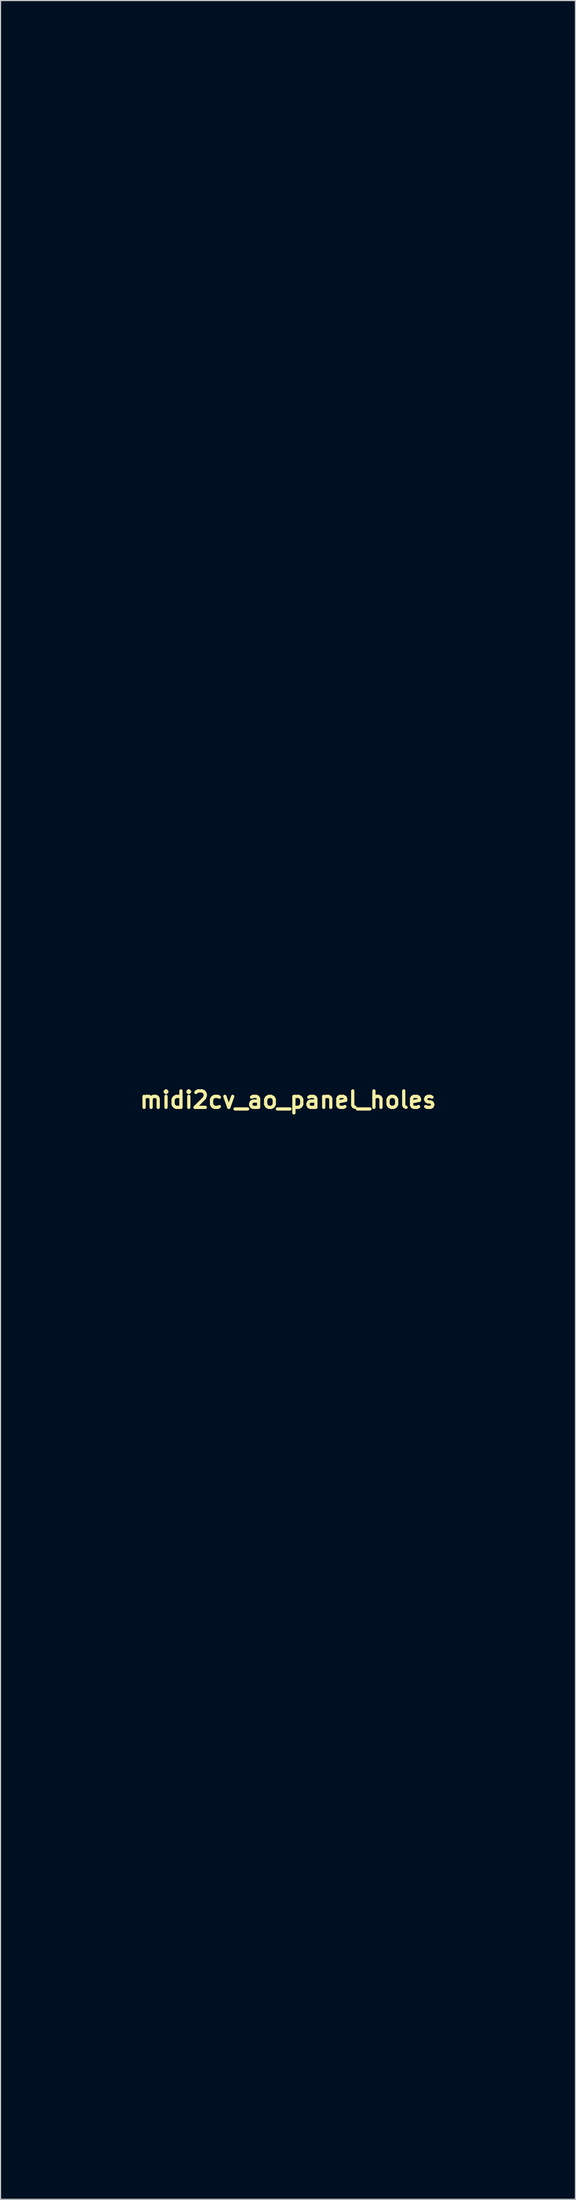
<source format=kicad_pcb>
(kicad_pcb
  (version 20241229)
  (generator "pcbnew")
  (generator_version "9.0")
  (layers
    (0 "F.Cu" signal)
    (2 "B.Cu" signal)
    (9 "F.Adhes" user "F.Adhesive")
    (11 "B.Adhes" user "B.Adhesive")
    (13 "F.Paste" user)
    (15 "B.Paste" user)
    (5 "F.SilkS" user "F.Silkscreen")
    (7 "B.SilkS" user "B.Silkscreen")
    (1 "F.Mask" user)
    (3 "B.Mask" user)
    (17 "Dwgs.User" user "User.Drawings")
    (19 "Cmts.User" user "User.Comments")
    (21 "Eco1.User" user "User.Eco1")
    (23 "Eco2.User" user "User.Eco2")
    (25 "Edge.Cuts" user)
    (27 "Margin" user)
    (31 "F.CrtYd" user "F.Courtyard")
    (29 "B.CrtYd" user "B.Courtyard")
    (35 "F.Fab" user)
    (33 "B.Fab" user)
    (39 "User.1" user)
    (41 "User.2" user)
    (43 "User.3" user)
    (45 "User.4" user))
  (footprint "midi2cv_ao_panel_holes"
    (layer "F.Cu")
    (at 23.596 98.604)
    (property "Reference" "midi2cv_ao_panel_holes" (at 0 0 0) (layer "F.SilkS") (effects (font (size 1.524 1.524) (thickness 0.3))))
    (attr through_hole)
    (fp_poly (pts (xy 11.53 78.424) (xy 11.746 78.469) (xy 11.956 78.548) (xy 12.043 78.591) (xy 12.274 78.739) (xy 12.476 78.926) (xy 12.644 79.145) (xy 12.773 79.391) (xy 12.818 79.513) (xy 12.861 79.693) (xy 12.885 79.897) (xy 12.888 80.103) (xy 12.87 80.292) (xy 12.855 80.366) (xy 12.766 80.625) (xy 12.635 80.865) (xy 12.468 81.08) (xy 12.27 81.263) (xy 12.046 81.41) (xy 11.802 81.516) (xy 11.709 81.543) (xy 11.552 81.574) (xy 11.381 81.592) (xy 11.217 81.596) (xy 11.087 81.586) (xy 10.823 81.526) (xy 10.591 81.433) (xy 10.379 81.3) (xy 10.183 81.129) (xy 9.993 80.908) (xy 9.851 80.672) (xy 9.756 80.419) (xy 9.709 80.149) (xy 9.703 80) (xy 9.713 79.87) (xy 10.3 79.87) (xy 10.3 80.124) (xy 10.738 80.131) (xy 11.176 80.138) (xy 11.176 81.001) (xy 11.43 81.001) (xy 11.43 80.137) (xy 12.294 80.137) (xy 12.294 79.858) (xy 11.43 79.858) (xy 11.43 78.994) (xy 11.176 78.994) (xy 11.176 79.856) (xy 10.3 79.87) (xy 9.713 79.87) (xy 9.726 79.717) (xy 9.793 79.457) (xy 9.906 79.217) (xy 10.067 78.992) (xy 10.172 78.879) (xy 10.387 78.693) (xy 10.612 78.556) (xy 10.852 78.465) (xy 11.113 78.418) (xy 11.289 78.41) (xy 11.53 78.424)) (stroke (width 0.01) (type solid)) (fill no) (layer "Eco1.User"))
    (fp_poly (pts (xy -11.168 78.415) (xy -11.001 78.43) (xy -10.908 78.448) (xy -10.655 78.538) (xy -10.419 78.67) (xy -10.208 78.84) (xy -10.026 79.041) (xy -9.88 79.267) (xy -9.775 79.514) (xy -9.742 79.629) (xy -9.706 79.884) (xy -9.712 80.15) (xy -9.758 80.412) (xy -9.842 80.658) (xy -9.897 80.769) (xy -9.998 80.92) (xy -10.131 81.074) (xy -10.282 81.219) (xy -10.437 81.341) (xy -10.554 81.412) (xy -10.797 81.514) (xy -11.056 81.577) (xy -11.315 81.599) (xy -11.507 81.587) (xy -11.758 81.528) (xy -12.006 81.427) (xy -12.236 81.288) (xy -12.438 81.119) (xy -12.495 81.058) (xy -12.595 80.927) (xy -12.692 80.765) (xy -12.777 80.59) (xy -12.84 80.423) (xy -12.856 80.366) (xy -12.883 80.187) (xy -12.889 79.983) (xy -12.879 79.858) (xy -12.294 79.858) (xy -12.294 80.137) (xy -11.43 80.137) (xy -11.43 81.001) (xy -11.176 81.001) (xy -11.176 80.138) (xy -10.738 80.131) (xy -10.3 80.124) (xy -10.3 79.87) (xy -11.176 79.856) (xy -11.176 78.994) (xy -11.43 78.994) (xy -11.43 79.858) (xy -12.294 79.858) (xy -12.879 79.858) (xy -12.873 79.774) (xy -12.837 79.581) (xy -12.818 79.513) (xy -12.712 79.265) (xy -12.566 79.038) (xy -12.385 78.838) (xy -12.176 78.67) (xy -11.944 78.539) (xy -11.696 78.452) (xy -11.681 78.449) (xy -11.528 78.424) (xy -11.35 78.412) (xy -11.168 78.415)) (stroke (width 0.01) (type solid)) (fill no) (layer "Eco1.User"))
    (fp_poly (pts (xy 22.506 -98.512) (xy 22.741 -98.41) (xy 22.945 -98.28) (xy 23.132 -98.113) (xy 23.158 -98.085) (xy 23.286 -97.937) (xy 23.381 -97.794) (xy 23.457 -97.637) (xy 23.508 -97.501) (xy 23.572 -97.232) (xy 23.59 -96.964) (xy 23.562 -96.701) (xy 23.491 -96.449) (xy 23.381 -96.212) (xy 23.234 -95.996) (xy 23.053 -95.806) (xy 22.841 -95.646) (xy 22.599 -95.523) (xy 22.388 -95.453) (xy 22.346 -95.442) (xy 22.302 -95.434) (xy 22.254 -95.426) (xy 22.196 -95.42) (xy 22.125 -95.415) (xy 22.036 -95.411) (xy 21.925 -95.408) (xy 21.788 -95.406) (xy 21.621 -95.405) (xy 21.42 -95.404) (xy 21.18 -95.404) (xy 20.897 -95.404) (xy 20.589 -95.404) (xy 20.262 -95.404) (xy 19.981 -95.405) (xy 19.743 -95.406) (xy 19.543 -95.407) (xy 19.378 -95.409) (xy 19.242 -95.411) (xy 19.133 -95.414) (xy 19.045 -95.419) (xy 18.975 -95.424) (xy 18.919 -95.43) (xy 18.872 -95.438) (xy 18.831 -95.446) (xy 18.801 -95.454) (xy 18.538 -95.548) (xy 18.297 -95.684) (xy 18.083 -95.858) (xy 17.904 -96.066) (xy 17.786 -96.256) (xy 17.687 -96.48) (xy 17.628 -96.701) (xy 17.604 -96.936) (xy 17.603 -97.004) (xy 17.626 -97.284) (xy 17.697 -97.549) (xy 17.811 -97.794) (xy 17.966 -98.016) (xy 18.16 -98.211) (xy 18.388 -98.375) (xy 18.65 -98.504) (xy 18.699 -98.522) (xy 18.885 -98.59) (xy 22.288 -98.59) (xy 22.506 -98.512)) (stroke (width 0.01) (type solid)) (fill no) (layer "Eco1.User"))
    (fp_poly (pts (xy -19.675 -98.598) (xy -19.427 -98.596) (xy -19.228 -98.592) (xy -19.077 -98.588) (xy -18.976 -98.582) (xy -18.939 -98.578) (xy -18.675 -98.512) (xy -18.43 -98.403) (xy -18.21 -98.255) (xy -18.017 -98.073) (xy -17.856 -97.862) (xy -17.731 -97.627) (xy -17.646 -97.372) (xy -17.606 -97.103) (xy -17.603 -97.004) (xy -17.627 -96.718) (xy -17.697 -96.449) (xy -17.81 -96.203) (xy -17.963 -95.982) (xy -18.153 -95.79) (xy -18.376 -95.631) (xy -18.63 -95.51) (xy -18.815 -95.451) (xy -18.857 -95.441) (xy -18.9 -95.433) (xy -18.949 -95.426) (xy -19.008 -95.42) (xy -19.081 -95.415) (xy -19.173 -95.411) (xy -19.286 -95.408) (xy -19.427 -95.406) (xy -19.598 -95.405) (xy -19.804 -95.404) (xy -20.049 -95.404) (xy -20.338 -95.404) (xy -20.61 -95.404) (xy -20.937 -95.404) (xy -21.218 -95.405) (xy -21.456 -95.406) (xy -21.655 -95.407) (xy -21.821 -95.409) (xy -21.956 -95.411) (xy -22.066 -95.414) (xy -22.153 -95.419) (xy -22.223 -95.424) (xy -22.28 -95.43) (xy -22.326 -95.438) (xy -22.368 -95.446) (xy -22.398 -95.454) (xy -22.658 -95.547) (xy -22.892 -95.68) (xy -23.097 -95.847) (xy -23.271 -96.044) (xy -23.409 -96.266) (xy -23.51 -96.506) (xy -23.571 -96.762) (xy -23.589 -97.026) (xy -23.562 -97.295) (xy -23.508 -97.501) (xy -23.438 -97.682) (xy -23.358 -97.834) (xy -23.255 -97.976) (xy -23.158 -98.085) (xy -22.972 -98.259) (xy -22.772 -98.393) (xy -22.542 -98.499) (xy -22.506 -98.512) (xy -22.288 -98.59) (xy -20.702 -98.598) (xy -20.313 -98.599) (xy -19.971 -98.599) (xy -19.675 -98.598)) (stroke (width 0.01) (type solid)) (fill no) (layer "Eco1.User"))
    (fp_poly (pts (xy 0.4 64.533) (xy 0.726 64.609) (xy 1.037 64.725) (xy 1.257 64.84) (xy 1.555 65.047) (xy 1.817 65.29) (xy 2.041 65.564) (xy 2.225 65.869) (xy 2.367 66.2) (xy 2.413 66.345) (xy 2.445 66.493) (xy 2.469 66.676) (xy 2.483 66.877) (xy 2.487 67.079) (xy 2.48 67.266) (xy 2.465 67.404) (xy 2.385 67.739) (xy 2.258 68.06) (xy 2.084 68.363) (xy 1.867 68.645) (xy 1.805 68.713) (xy 1.54 68.958) (xy 1.252 69.158) (xy 0.944 69.312) (xy 0.616 69.419) (xy 0.27 69.479) (xy -0.013 69.492) (xy -0.19 69.485) (xy -0.366 69.468) (xy -0.508 69.445) (xy -0.849 69.348) (xy -1.168 69.205) (xy -1.464 69.017) (xy -1.719 68.802) (xy -1.965 68.533) (xy -2.164 68.245) (xy -2.317 67.935) (xy -2.424 67.606) (xy -2.464 67.405) (xy -2.481 67.243) (xy -2.487 67.053) (xy -2.483 66.879) (xy -0.991 66.879) (xy -0.991 67.132) (xy -0.127 67.132) (xy -0.127 67.996) (xy 0.127 67.996) (xy 0.127 67.132) (xy 0.991 67.132) (xy 0.991 66.879) (xy 0.14 66.865) (xy 0.126 65.989) (xy -0.126 65.989) (xy -0.133 66.427) (xy -0.14 66.865) (xy -0.991 66.879) (xy -2.483 66.879) (xy -2.482 66.852) (xy -2.467 66.654) (xy -2.443 66.476) (xy -2.414 66.345) (xy -2.29 66.004) (xy -2.126 65.692) (xy -1.923 65.409) (xy -1.686 65.16) (xy -1.418 64.946) (xy -1.121 64.771) (xy -0.799 64.636) (xy -0.455 64.546) (xy -0.259 64.515) (xy 0.068 64.502) (xy 0.4 64.533)) (stroke (width 0.01) (type solid)) (fill no) (layer "Eco1.User"))
    (fp_poly (pts (xy 21.652 95.406) (xy 21.841 95.409) (xy 22 95.413) (xy 22.132 95.419) (xy 22.242 95.428) (xy 22.333 95.439) (xy 22.41 95.454) (xy 22.477 95.471) (xy 22.538 95.492) (xy 22.597 95.517) (xy 22.658 95.547) (xy 22.701 95.568) (xy 22.942 95.716) (xy 23.148 95.898) (xy 23.317 96.108) (xy 23.448 96.341) (xy 23.537 96.591) (xy 23.583 96.855) (xy 23.584 97.126) (xy 23.537 97.399) (xy 23.5 97.52) (xy 23.401 97.753) (xy 23.269 97.958) (xy 23.096 98.148) (xy 23.079 98.164) (xy 22.938 98.286) (xy 22.802 98.38) (xy 22.651 98.456) (xy 22.489 98.519) (xy 22.288 98.59) (xy 20.663 98.594) (xy 20.377 98.594) (xy 20.103 98.594) (xy 19.847 98.593) (xy 19.612 98.592) (xy 19.404 98.59) (xy 19.227 98.588) (xy 19.085 98.585) (xy 18.985 98.582) (xy 18.929 98.578) (xy 18.923 98.577) (xy 18.651 98.504) (xy 18.401 98.387) (xy 18.178 98.229) (xy 17.983 98.035) (xy 17.823 97.809) (xy 17.7 97.553) (xy 17.638 97.359) (xy 17.61 97.184) (xy 17.604 96.984) (xy 17.619 96.776) (xy 17.653 96.582) (xy 17.684 96.477) (xy 17.801 96.219) (xy 17.959 95.989) (xy 18.158 95.79) (xy 18.395 95.623) (xy 18.67 95.488) (xy 18.713 95.472) (xy 18.743 95.46) (xy 18.774 95.451) (xy 18.808 95.443) (xy 18.851 95.436) (xy 18.906 95.43) (xy 18.977 95.426) (xy 19.068 95.422) (xy 19.183 95.419) (xy 19.326 95.416) (xy 19.501 95.414) (xy 19.712 95.412) (xy 19.963 95.411) (xy 20.257 95.409) (xy 20.511 95.408) (xy 20.862 95.406) (xy 21.167 95.405) (xy 21.429 95.405) (xy 21.652 95.406)) (stroke (width 0.01) (type solid)) (fill no) (layer "Eco1.User"))
    (fp_poly (pts (xy 0.169 -2.521) (xy 0.419 -2.496) (xy 0.61 -2.457) (xy 0.952 -2.342) (xy 1.268 -2.184) (xy 1.556 -1.986) (xy 1.811 -1.752) (xy 2.032 -1.483) (xy 2.216 -1.183) (xy 2.359 -0.855) (xy 2.402 -0.722) (xy 2.446 -0.529) (xy 2.475 -0.305) (xy 2.488 -0.068) (xy 2.485 0.164) (xy 2.463 0.372) (xy 2.453 0.43) (xy 2.361 0.766) (xy 2.225 1.087) (xy 2.049 1.385) (xy 1.838 1.655) (xy 1.596 1.89) (xy 1.457 1.997) (xy 1.299 2.098) (xy 1.109 2.197) (xy 0.908 2.288) (xy 0.714 2.36) (xy 0.622 2.388) (xy 0.512 2.41) (xy 0.368 2.429) (xy 0.205 2.444) (xy 0.036 2.454) (xy -0.123 2.458) (xy -0.259 2.455) (xy -0.343 2.447) (xy -0.584 2.394) (xy -0.836 2.313) (xy -1.083 2.21) (xy -1.309 2.091) (xy -1.49 1.972) (xy -1.745 1.749) (xy -1.971 1.492) (xy -2.161 1.209) (xy -2.31 0.909) (xy -2.347 0.811) (xy -2.413 0.606) (xy -2.456 0.412) (xy -2.48 0.213) (xy -2.486 -0.008) (xy -2.483 -0.127) (xy -0.991 -0.127) (xy -0.991 0.127) (xy -0.127 0.127) (xy -0.127 0.965) (xy 0.127 0.965) (xy 0.127 0.127) (xy 0.991 0.127) (xy 0.991 -0.127) (xy 0.127 -0.127) (xy 0.127 -1.041) (xy -0.127 -1.041) (xy -0.127 -0.127) (xy -0.991 -0.127) (xy -2.483 -0.127) (xy -2.483 -0.158) (xy -2.461 -0.427) (xy -2.417 -0.667) (xy -2.344 -0.896) (xy -2.239 -1.133) (xy -2.216 -1.178) (xy -2.031 -1.484) (xy -1.808 -1.756) (xy -1.552 -1.991) (xy -1.264 -2.188) (xy -0.947 -2.345) (xy -0.603 -2.459) (xy -0.568 -2.468) (xy -0.343 -2.508) (xy -0.091 -2.525) (xy 0.169 -2.521)) (stroke (width 0.01) (type solid)) (fill no) (layer "Eco1.User"))
    (fp_poly (pts (xy 0.253 -27.511) (xy 0.473 -27.487) (xy 0.675 -27.442) (xy 0.876 -27.372) (xy 1.079 -27.281) (xy 1.394 -27.101) (xy 1.673 -26.884) (xy 1.916 -26.634) (xy 2.119 -26.352) (xy 2.283 -26.042) (xy 2.403 -25.704) (xy 2.453 -25.5) (xy 2.48 -25.302) (xy 2.489 -25.076) (xy 2.481 -24.839) (xy 2.457 -24.61) (xy 2.418 -24.405) (xy 2.402 -24.348) (xy 2.282 -24.021) (xy 2.126 -23.726) (xy 1.928 -23.454) (xy 1.766 -23.276) (xy 1.502 -23.041) (xy 1.217 -22.852) (xy 0.909 -22.707) (xy 0.575 -22.605) (xy 0.318 -22.556) (xy 0.155 -22.54) (xy -0.022 -22.535) (xy -0.189 -22.54) (xy -0.267 -22.547) (xy -0.625 -22.617) (xy -0.962 -22.732) (xy -1.274 -22.888) (xy -1.56 -23.085) (xy -1.814 -23.319) (xy -2.035 -23.589) (xy -2.219 -23.892) (xy -2.231 -23.915) (xy -2.333 -24.14) (xy -2.406 -24.356) (xy -2.452 -24.58) (xy -2.478 -24.829) (xy -2.483 -24.933) (xy -2.484 -25.119) (xy -0.991 -25.119) (xy -0.991 -24.867) (xy -0.127 -24.867) (xy -0.127 -24.028) (xy 0.127 -24.028) (xy 0.127 -24.867) (xy 0.991 -24.867) (xy 0.991 -25.119) (xy 0.14 -25.133) (xy 0.133 -25.584) (xy 0.126 -26.035) (xy -0.126 -26.035) (xy -0.14 -25.133) (xy -0.991 -25.119) (xy -2.484 -25.119) (xy -2.485 -25.17) (xy -2.471 -25.375) (xy -2.44 -25.568) (xy -2.387 -25.765) (xy -2.334 -25.919) (xy -2.21 -26.196) (xy -2.042 -26.466) (xy -1.839 -26.719) (xy -1.607 -26.944) (xy -1.499 -27.032) (xy -1.33 -27.145) (xy -1.13 -27.254) (xy -0.916 -27.353) (xy -0.709 -27.43) (xy -0.597 -27.462) (xy -0.484 -27.487) (xy -0.375 -27.504) (xy -0.255 -27.514) (xy -0.109 -27.518) (xy 0 -27.519) (xy 0.253 -27.511)) (stroke (width 0.01) (type solid)) (fill no) (layer "Eco1.User"))
    (fp_poly (pts (xy -21.07 95.406) (xy -20.75 95.407) (xy -20.511 95.408) (xy -20.18 95.41) (xy -19.896 95.411) (xy -19.656 95.413) (xy -19.454 95.415) (xy -19.287 95.417) (xy -19.151 95.42) (xy -19.042 95.423) (xy -18.956 95.427) (xy -18.89 95.432) (xy -18.838 95.438) (xy -18.798 95.445) (xy -18.765 95.453) (xy -18.736 95.463) (xy -18.719 95.469) (xy -18.458 95.585) (xy -18.239 95.721) (xy -18.055 95.88) (xy -17.947 96.003) (xy -17.793 96.237) (xy -17.686 96.483) (xy -17.622 96.736) (xy -17.601 96.991) (xy -17.62 97.243) (xy -17.679 97.489) (xy -17.775 97.721) (xy -17.906 97.937) (xy -18.07 98.131) (xy -18.267 98.297) (xy -18.493 98.432) (xy -18.748 98.53) (xy -18.879 98.563) (xy -18.926 98.571) (xy -18.982 98.578) (xy -19.051 98.584) (xy -19.136 98.589) (xy -19.243 98.593) (xy -19.375 98.596) (xy -19.536 98.599) (xy -19.731 98.6) (xy -19.963 98.601) (xy -20.237 98.601) (xy -20.557 98.601) (xy -20.617 98.601) (xy -20.961 98.6) (xy -21.258 98.599) (xy -21.511 98.597) (xy -21.723 98.595) (xy -21.897 98.591) (xy -22.038 98.587) (xy -22.148 98.582) (xy -22.23 98.577) (xy -22.289 98.57) (xy -22.314 98.565) (xy -22.583 98.482) (xy -22.827 98.358) (xy -23.043 98.199) (xy -23.228 98.01) (xy -23.378 97.794) (xy -23.491 97.557) (xy -23.563 97.303) (xy -23.591 97.037) (xy -23.572 96.764) (xy -23.56 96.697) (xy -23.48 96.42) (xy -23.356 96.168) (xy -23.191 95.944) (xy -22.988 95.751) (xy -22.75 95.594) (xy -22.701 95.568) (xy -22.637 95.536) (xy -22.577 95.509) (xy -22.518 95.485) (xy -22.456 95.465) (xy -22.386 95.449) (xy -22.304 95.435) (xy -22.207 95.425) (xy -22.09 95.417) (xy -21.95 95.411) (xy -21.782 95.408) (xy -21.582 95.406) (xy -21.346 95.405) (xy -21.07 95.406)) (stroke (width 0.01) (type solid)) (fill no) (layer "Eco1.User"))
    (fp_poly (pts (xy -12.565 -4.979) (xy -12.101 -4.917) (xy -11.645 -4.812) (xy -11.198 -4.664) (xy -10.765 -4.474) (xy -10.35 -4.241) (xy -9.955 -3.965) (xy -9.583 -3.648) (xy -9.404 -3.47) (xy -9.073 -3.088) (xy -8.784 -2.681) (xy -8.54 -2.254) (xy -8.34 -1.808) (xy -8.185 -1.348) (xy -8.076 -0.877) (xy -8.014 -0.396) (xy -7.999 0.089) (xy -8.033 0.577) (xy -8.115 1.064) (xy -8.247 1.548) (xy -8.256 1.576) (xy -8.436 2.039) (xy -8.658 2.476) (xy -8.918 2.884) (xy -9.215 3.262) (xy -9.544 3.609) (xy -9.904 3.921) (xy -10.292 4.198) (xy -10.704 4.437) (xy -11.137 4.637) (xy -11.59 4.795) (xy -12.058 4.909) (xy -12.54 4.978) (xy -13.031 5) (xy -13.386 4.986) (xy -13.871 4.925) (xy -14.344 4.816) (xy -14.801 4.661) (xy -15.24 4.464) (xy -15.658 4.226) (xy -16.051 3.949) (xy -16.417 3.635) (xy -16.752 3.288) (xy -17.054 2.909) (xy -17.32 2.501) (xy -17.546 2.065) (xy -17.686 1.727) (xy -17.815 1.332) (xy -17.906 0.933) (xy -17.961 0.52) (xy -17.983 0.081) (xy -17.983 0) (xy -17.978 -0.127) (xy -15.494 -0.127) (xy -15.494 0.127) (xy -13.132 0.127) (xy -13.132 2.517) (xy -12.865 2.502) (xy -12.852 0.127) (xy -10.49 0.127) (xy -10.49 -0.127) (xy -12.852 -0.127) (xy -12.865 -2.502) (xy -12.998 -2.51) (xy -13.132 -2.517) (xy -13.132 -0.127) (xy -15.494 -0.127) (xy -17.978 -0.127) (xy -17.965 -0.471) (xy -17.909 -0.916) (xy -17.812 -1.343) (xy -17.673 -1.763) (xy -17.489 -2.184) (xy -17.46 -2.242) (xy -17.225 -2.66) (xy -16.945 -3.058) (xy -16.629 -3.429) (xy -16.281 -3.765) (xy -16.132 -3.89) (xy -15.731 -4.182) (xy -15.311 -4.429) (xy -14.875 -4.631) (xy -14.425 -4.788) (xy -13.966 -4.902) (xy -13.501 -4.971) (xy -13.033 -4.997) (xy -12.565 -4.979)) (stroke (width 0.01) (type solid)) (fill no) (layer "Eco1.User"))
    (fp_poly (pts (xy 0.265 22.486) (xy 0.59 22.543) (xy 0.905 22.642) (xy 1.203 22.781) (xy 1.482 22.96) (xy 1.737 23.175) (xy 1.962 23.426) (xy 2.155 23.712) (xy 2.236 23.863) (xy 2.319 24.04) (xy 2.38 24.196) (xy 2.424 24.346) (xy 2.452 24.501) (xy 2.468 24.677) (xy 2.474 24.886) (xy 2.475 24.956) (xy 2.475 25.124) (xy 2.472 25.254) (xy 2.465 25.356) (xy 2.454 25.442) (xy 2.438 25.525) (xy 2.418 25.602) (xy 2.301 25.939) (xy 2.141 26.251) (xy 1.943 26.534) (xy 1.71 26.786) (xy 1.445 27.003) (xy 1.151 27.183) (xy 0.832 27.321) (xy 0.491 27.416) (xy 0.461 27.422) (xy 0.319 27.441) (xy 0.145 27.451) (xy -0.043 27.454) (xy -0.228 27.448) (xy -0.392 27.434) (xy -0.483 27.42) (xy -0.821 27.326) (xy -1.139 27.189) (xy -1.433 27.01) (xy -1.699 26.794) (xy -1.934 26.543) (xy -2.134 26.261) (xy -2.295 25.951) (xy -2.413 25.618) (xy -2.418 25.602) (xy -2.44 25.512) (xy -2.456 25.429) (xy -2.467 25.339) (xy -2.473 25.232) (xy -2.476 25.094) (xy -2.476 24.956) (xy -2.476 24.867) (xy -0.991 24.867) (xy -0.991 25.119) (xy -0.565 25.126) (xy -0.14 25.133) (xy -0.126 25.959) (xy 0.126 25.959) (xy 0.133 25.546) (xy 0.14 25.133) (xy 0.565 25.126) (xy 0.991 25.119) (xy 0.991 24.867) (xy 0.127 24.867) (xy 0.127 23.978) (xy -0.127 23.978) (xy -0.127 24.867) (xy -0.991 24.867) (xy -2.476 24.867) (xy -2.475 24.787) (xy -2.472 24.657) (xy -2.465 24.556) (xy -2.453 24.471) (xy -2.436 24.391) (xy -2.417 24.32) (xy -2.294 23.979) (xy -2.13 23.664) (xy -1.926 23.379) (xy -1.686 23.126) (xy -1.412 22.908) (xy -1.106 22.73) (xy -1.058 22.707) (xy -0.733 22.581) (xy -0.401 22.503) (xy -0.067 22.472) (xy 0.265 22.486)) (stroke (width 0.01) (type solid)) (fill no) (layer "Eco1.User"))
    (fp_poly (pts (xy 13.368 45.02) (xy 13.719 45.054) (xy 14.056 45.114) (xy 14.397 45.203) (xy 14.58 45.261) (xy 15.038 45.438) (xy 15.465 45.652) (xy 15.866 45.908) (xy 16.245 46.207) (xy 16.524 46.468) (xy 16.869 46.846) (xy 17.168 47.248) (xy 17.421 47.67) (xy 17.628 48.113) (xy 17.788 48.576) (xy 17.901 49.057) (xy 17.967 49.555) (xy 17.985 50.001) (xy 17.972 50.407) (xy 17.931 50.785) (xy 17.86 51.15) (xy 17.756 51.518) (xy 17.716 51.638) (xy 17.529 52.101) (xy 17.3 52.538) (xy 17.032 52.946) (xy 16.726 53.324) (xy 16.387 53.67) (xy 16.016 53.981) (xy 15.616 54.255) (xy 15.191 54.489) (xy 14.742 54.682) (xy 14.273 54.831) (xy 13.786 54.934) (xy 13.671 54.952) (xy 13.487 54.971) (xy 13.271 54.982) (xy 13.038 54.987) (xy 12.803 54.986) (xy 12.58 54.977) (xy 12.384 54.961) (xy 12.294 54.95) (xy 11.799 54.851) (xy 11.323 54.706) (xy 10.869 54.519) (xy 10.44 54.291) (xy 10.037 54.024) (xy 9.663 53.72) (xy 9.321 53.383) (xy 9.012 53.014) (xy 8.739 52.614) (xy 8.506 52.188) (xy 8.313 51.736) (xy 8.163 51.261) (xy 8.119 51.076) (xy 8.035 50.587) (xy 8.001 50.099) (xy 8.008 49.86) (xy 10.49 49.86) (xy 10.49 50.14) (xy 12.852 50.14) (xy 12.852 52.502) (xy 13.132 52.502) (xy 13.132 50.14) (xy 15.494 50.14) (xy 15.494 49.86) (xy 13.132 49.86) (xy 13.132 47.498) (xy 12.852 47.498) (xy 12.852 49.86) (xy 10.49 49.86) (xy 8.008 49.86) (xy 8.015 49.616) (xy 8.075 49.14) (xy 8.18 48.674) (xy 8.329 48.222) (xy 8.519 47.786) (xy 8.749 47.371) (xy 9.018 46.978) (xy 9.325 46.611) (xy 9.668 46.274) (xy 10.045 45.969) (xy 10.454 45.699) (xy 10.735 45.545) (xy 11.189 45.342) (xy 11.647 45.187) (xy 12.114 45.081) (xy 12.596 45.023) (xy 12.987 45.009) (xy 13.368 45.02)) (stroke (width 0.01) (type solid)) (fill no) (layer "Eco1.User"))
    (fp_poly (pts (xy -12.59 -29.979) (xy -12.122 -29.919) (xy -11.66 -29.815) (xy -11.207 -29.666) (xy -10.767 -29.473) (xy -10.342 -29.235) (xy -9.937 -28.951) (xy -9.855 -28.887) (xy -9.736 -28.784) (xy -9.598 -28.655) (xy -9.451 -28.51) (xy -9.307 -28.361) (xy -9.176 -28.218) (xy -9.069 -28.093) (xy -9.039 -28.054) (xy -8.75 -27.636) (xy -8.508 -27.196) (xy -8.312 -26.738) (xy -8.164 -26.264) (xy -8.064 -25.776) (xy -8.013 -25.277) (xy -8.009 -24.816) (xy -8.046 -24.339) (xy -8.124 -23.886) (xy -8.245 -23.449) (xy -8.411 -23.018) (xy -8.538 -22.749) (xy -8.784 -22.315) (xy -9.069 -21.913) (xy -9.388 -21.544) (xy -9.74 -21.211) (xy -10.12 -20.914) (xy -10.527 -20.656) (xy -10.956 -20.439) (xy -11.405 -20.263) (xy -11.872 -20.131) (xy -12.352 -20.044) (xy -12.843 -20.005) (xy -13.343 -20.014) (xy -13.36 -20.015) (xy -13.851 -20.076) (xy -14.333 -20.185) (xy -14.801 -20.341) (xy -15.253 -20.543) (xy -15.683 -20.789) (xy -16.087 -21.076) (xy -16.192 -21.162) (xy -16.567 -21.508) (xy -16.901 -21.883) (xy -17.192 -22.286) (xy -17.441 -22.716) (xy -17.647 -23.174) (xy -17.809 -23.656) (xy -17.897 -24.012) (xy -17.932 -24.22) (xy -17.958 -24.464) (xy -17.975 -24.729) (xy -17.982 -25.002) (xy -17.981 -25.146) (xy -15.494 -25.146) (xy -15.494 -24.867) (xy -13.132 -24.867) (xy -13.132 -22.504) (xy -12.852 -22.504) (xy -12.852 -24.867) (xy -10.49 -24.867) (xy -10.49 -25.146) (xy -12.852 -25.146) (xy -12.852 -27.508) (xy -13.132 -27.508) (xy -13.132 -25.146) (xy -15.494 -25.146) (xy -17.981 -25.146) (xy -17.979 -25.267) (xy -17.966 -25.51) (xy -17.947 -25.679) (xy -17.849 -26.186) (xy -17.706 -26.67) (xy -17.518 -27.13) (xy -17.286 -27.567) (xy -17.009 -27.979) (xy -16.687 -28.366) (xy -16.509 -28.551) (xy -16.14 -28.883) (xy -15.746 -29.171) (xy -15.331 -29.417) (xy -14.899 -29.62) (xy -14.452 -29.779) (xy -13.995 -29.894) (xy -13.53 -29.967) (xy -13.06 -29.995) (xy -12.59 -29.979)) (stroke (width 0.01) (type solid)) (fill no) (layer "Eco1.User"))
    (fp_poly (pts (xy 0.166 47.488) (xy 0.303 47.492) (xy 0.411 47.5) (xy 0.499 47.513) (xy 0.577 47.531) (xy 0.584 47.533) (xy 0.937 47.655) (xy 1.261 47.817) (xy 1.553 48.016) (xy 1.811 48.25) (xy 2.033 48.516) (xy 2.215 48.812) (xy 2.357 49.136) (xy 2.418 49.328) (xy 2.44 49.418) (xy 2.456 49.501) (xy 2.467 49.591) (xy 2.473 49.698) (xy 2.476 49.836) (xy 2.476 49.974) (xy 2.475 50.143) (xy 2.472 50.272) (xy 2.465 50.374) (xy 2.453 50.459) (xy 2.436 50.538) (xy 2.417 50.609) (xy 2.294 50.951) (xy 2.131 51.265) (xy 1.93 51.548) (xy 1.696 51.798) (xy 1.432 52.012) (xy 1.139 52.187) (xy 0.823 52.322) (xy 0.485 52.413) (xy 0.129 52.458) (xy 0.114 52.459) (xy 0.002 52.463) (xy -0.105 52.464) (xy -0.185 52.461) (xy -0.191 52.46) (xy -0.547 52.403) (xy -0.885 52.3) (xy -1.201 52.154) (xy -1.491 51.967) (xy -1.753 51.742) (xy -1.982 51.482) (xy -2.176 51.187) (xy -2.262 51.018) (xy -2.339 50.846) (xy -2.395 50.694) (xy -2.434 50.548) (xy -2.459 50.393) (xy -2.472 50.218) (xy -2.476 50.008) (xy -2.477 49.974) (xy -2.474 49.86) (xy -0.991 49.86) (xy -0.991 50.14) (xy -0.127 50.14) (xy -0.127 50.978) (xy 0.127 50.978) (xy 0.127 50.14) (xy 0.991 50.14) (xy 0.991 49.86) (xy 0.127 49.86) (xy 0.127 48.971) (xy -0.127 48.971) (xy -0.127 49.86) (xy -0.991 49.86) (xy -2.474 49.86) (xy -2.472 49.744) (xy -2.458 49.55) (xy -2.432 49.38) (xy -2.39 49.221) (xy -2.329 49.059) (xy -2.249 48.882) (xy -2.075 48.582) (xy -1.86 48.306) (xy -1.609 48.061) (xy -1.382 47.89) (xy -1.208 47.781) (xy -1.04 47.695) (xy -0.858 47.62) (xy -0.664 47.556) (xy -0.577 47.531) (xy -0.501 47.513) (xy -0.422 47.501) (xy -0.33 47.493) (xy -0.214 47.489) (xy -0.062 47.488) (xy -0.013 47.488) (xy 0.166 47.488)) (stroke (width 0.01) (type solid)) (fill no) (layer "Eco1.User"))
    (fp_poly (pts (xy 13.62 20.041) (xy 14.092 20.125) (xy 14.559 20.255) (xy 15.019 20.433) (xy 15.158 20.498) (xy 15.52 20.688) (xy 15.847 20.895) (xy 16.155 21.13) (xy 16.46 21.403) (xy 16.468 21.412) (xy 16.816 21.781) (xy 17.12 22.178) (xy 17.38 22.6) (xy 17.597 23.047) (xy 17.768 23.516) (xy 17.894 24.006) (xy 17.944 24.291) (xy 17.975 24.591) (xy 17.986 24.921) (xy 17.978 25.265) (xy 17.951 25.607) (xy 17.906 25.931) (xy 17.865 26.135) (xy 17.73 26.61) (xy 17.55 27.064) (xy 17.327 27.495) (xy 17.064 27.901) (xy 16.765 28.279) (xy 16.43 28.627) (xy 16.064 28.941) (xy 15.668 29.219) (xy 15.246 29.459) (xy 14.799 29.658) (xy 14.331 29.814) (xy 14.072 29.879) (xy 13.672 29.949) (xy 13.256 29.988) (xy 12.842 29.995) (xy 12.446 29.969) (xy 12.446 29.969) (xy 11.956 29.889) (xy 11.477 29.76) (xy 11.011 29.584) (xy 10.565 29.363) (xy 10.141 29.099) (xy 9.881 28.905) (xy 9.749 28.793) (xy 9.6 28.655) (xy 9.444 28.503) (xy 9.294 28.347) (xy 9.159 28.199) (xy 9.051 28.07) (xy 9.039 28.054) (xy 8.75 27.636) (xy 8.508 27.196) (xy 8.312 26.738) (xy 8.164 26.264) (xy 8.064 25.776) (xy 8.013 25.277) (xy 8.009 24.867) (xy 10.49 24.867) (xy 10.49 25.146) (xy 12.852 25.146) (xy 12.852 27.508) (xy 13.132 27.508) (xy 13.132 25.146) (xy 15.494 25.146) (xy 15.494 24.867) (xy 13.132 24.867) (xy 13.132 22.504) (xy 12.852 22.504) (xy 12.852 24.867) (xy 10.49 24.867) (xy 8.009 24.867) (xy 8.009 24.816) (xy 8.045 24.35) (xy 8.118 23.91) (xy 8.232 23.486) (xy 8.389 23.068) (xy 8.527 22.771) (xy 8.77 22.337) (xy 9.05 21.937) (xy 9.363 21.571) (xy 9.705 21.241) (xy 10.074 20.947) (xy 10.467 20.691) (xy 10.88 20.473) (xy 11.311 20.296) (xy 11.756 20.159) (xy 12.213 20.064) (xy 12.678 20.012) (xy 13.148 20.004) (xy 13.62 20.041)) (stroke (width 0.01) (type solid)) (fill no) (layer "Eco1.User"))
    (fp_poly (pts (xy 0.276 -73.484) (xy 0.488 -73.466) (xy 0.603 -73.449) (xy 0.999 -73.352) (xy 1.39 -73.207) (xy 1.767 -73.018) (xy 1.981 -72.886) (xy 2.097 -72.8) (xy 2.234 -72.683) (xy 2.381 -72.546) (xy 2.529 -72.399) (xy 2.667 -72.252) (xy 2.785 -72.114) (xy 2.873 -71.997) (xy 2.878 -71.991) (xy 3.101 -71.611) (xy 3.276 -71.221) (xy 3.401 -70.82) (xy 3.445 -70.612) (xy 3.473 -70.402) (xy 3.488 -70.162) (xy 3.489 -69.91) (xy 3.477 -69.663) (xy 3.452 -69.438) (xy 3.432 -69.325) (xy 3.324 -68.915) (xy 3.176 -68.536) (xy 2.986 -68.183) (xy 2.752 -67.852) (xy 2.511 -67.576) (xy 2.201 -67.29) (xy 1.864 -67.045) (xy 1.504 -66.843) (xy 1.123 -66.686) (xy 0.726 -66.575) (xy 0.657 -66.561) (xy 0.516 -66.54) (xy 0.342 -66.524) (xy 0.151 -66.513) (xy -0.042 -66.508) (xy -0.221 -66.509) (xy -0.371 -66.518) (xy -0.412 -66.522) (xy -0.83 -66.6) (xy -1.23 -66.725) (xy -1.61 -66.897) (xy -1.967 -67.114) (xy -2.3 -67.375) (xy -2.428 -67.493) (xy -2.714 -67.803) (xy -2.955 -68.133) (xy -3.153 -68.488) (xy -3.308 -68.87) (xy -3.424 -69.282) (xy -3.433 -69.325) (xy -3.468 -69.543) (xy -3.487 -69.793) (xy -3.491 -70.056) (xy -3.489 -70.129) (xy -2.489 -70.129) (xy -2.489 -69.875) (xy -0.127 -69.875) (xy -0.127 -67.488) (xy 0.127 -67.488) (xy 0.127 -69.875) (xy 2.489 -69.875) (xy 2.489 -70.129) (xy 0.127 -70.129) (xy 0.127 -72.492) (xy -0.127 -72.492) (xy -0.127 -70.129) (xy -2.489 -70.129) (xy -3.489 -70.129) (xy -3.481 -70.316) (xy -3.455 -70.555) (xy -3.433 -70.68) (xy -3.319 -71.098) (xy -3.161 -71.492) (xy -2.961 -71.858) (xy -2.719 -72.197) (xy -2.439 -72.504) (xy -2.12 -72.779) (xy -1.766 -73.02) (xy -1.51 -73.16) (xy -1.379 -73.218) (xy -1.213 -73.279) (xy -1.029 -73.339) (xy -0.843 -73.393) (xy -0.67 -73.434) (xy -0.607 -73.447) (xy -0.417 -73.472) (xy -0.194 -73.487) (xy 0.042 -73.491) (xy 0.276 -73.484)) (stroke (width 0.01) (type solid)) (fill no) (layer "Eco1.User"))
    (fp_poly (pts (xy -12.339 20.045) (xy -11.876 20.129) (xy -11.422 20.256) (xy -10.982 20.426) (xy -10.559 20.637) (xy -10.156 20.889) (xy -9.775 21.18) (xy -9.421 21.51) (xy -9.096 21.879) (xy -8.832 22.24) (xy -8.577 22.671) (xy -8.367 23.12) (xy -8.204 23.586) (xy -8.089 24.066) (xy -8.022 24.556) (xy -8.003 25.054) (xy -8.033 25.556) (xy -8.105 26.022) (xy -8.214 26.448) (xy -8.367 26.875) (xy -8.561 27.293) (xy -8.79 27.694) (xy -9.05 28.066) (xy -9.112 28.143) (xy -9.214 28.262) (xy -9.343 28.401) (xy -9.488 28.548) (xy -9.638 28.692) (xy -9.78 28.823) (xy -9.905 28.929) (xy -9.944 28.96) (xy -10.355 29.242) (xy -10.789 29.481) (xy -11.243 29.677) (xy -11.712 29.827) (xy -12.193 29.931) (xy -12.681 29.987) (xy -13.173 29.996) (xy -13.629 29.959) (xy -14.117 29.871) (xy -14.588 29.737) (xy -15.041 29.558) (xy -15.473 29.338) (xy -15.88 29.078) (xy -16.259 28.781) (xy -16.609 28.449) (xy -16.926 28.085) (xy -17.207 27.69) (xy -17.449 27.268) (xy -17.651 26.821) (xy -17.754 26.53) (xy -17.839 26.238) (xy -17.903 25.96) (xy -17.946 25.683) (xy -17.971 25.393) (xy -17.979 25.077) (xy -17.976 24.867) (xy -15.494 24.867) (xy -15.494 25.146) (xy -13.132 25.146) (xy -13.132 27.508) (xy -12.852 27.508) (xy -12.852 25.146) (xy -10.49 25.146) (xy -10.49 24.867) (xy -12.852 24.867) (xy -12.852 22.504) (xy -13.132 22.504) (xy -13.132 24.867) (xy -15.494 24.867) (xy -17.976 24.867) (xy -17.976 24.843) (xy -17.97 24.642) (xy -17.962 24.481) (xy -17.951 24.346) (xy -17.936 24.226) (xy -17.916 24.108) (xy -17.897 24.012) (xy -17.766 23.512) (xy -17.591 23.037) (xy -17.373 22.589) (xy -17.111 22.166) (xy -16.807 21.771) (xy -16.468 21.412) (xy -16.164 21.137) (xy -15.856 20.901) (xy -15.529 20.693) (xy -15.169 20.503) (xy -15.158 20.498) (xy -14.7 20.304) (xy -14.233 20.159) (xy -13.76 20.061) (xy -13.285 20.01) (xy -12.81 20.005) (xy -12.339 20.045)) (stroke (width 0.01) (type solid)) (fill no) (layer "Eco1.User"))
    (fp_poly (pts (xy 13.183 -29.99) (xy 13.61 -29.959) (xy 14.01 -29.897) (xy 14.395 -29.801) (xy 14.779 -29.668) (xy 15.164 -29.498) (xy 15.603 -29.26) (xy 16.013 -28.981) (xy 16.392 -28.665) (xy 16.736 -28.314) (xy 17.044 -27.932) (xy 17.313 -27.52) (xy 17.54 -27.082) (xy 17.724 -26.62) (xy 17.754 -26.53) (xy 17.839 -26.238) (xy 17.903 -25.96) (xy 17.946 -25.683) (xy 17.971 -25.393) (xy 17.979 -25.077) (xy 17.976 -24.843) (xy 17.97 -24.642) (xy 17.962 -24.481) (xy 17.951 -24.346) (xy 17.936 -24.226) (xy 17.916 -24.108) (xy 17.897 -24.012) (xy 17.766 -23.513) (xy 17.59 -23.038) (xy 17.37 -22.587) (xy 17.106 -22.162) (xy 16.8 -21.763) (xy 16.451 -21.393) (xy 16.431 -21.374) (xy 16.054 -21.048) (xy 15.649 -20.765) (xy 15.221 -20.525) (xy 14.771 -20.328) (xy 14.303 -20.178) (xy 13.82 -20.073) (xy 13.325 -20.016) (xy 12.821 -20.007) (xy 12.623 -20.017) (xy 12.139 -20.075) (xy 11.665 -20.181) (xy 11.206 -20.333) (xy 10.766 -20.529) (xy 10.346 -20.767) (xy 9.95 -21.043) (xy 9.581 -21.358) (xy 9.243 -21.707) (xy 8.939 -22.089) (xy 8.672 -22.503) (xy 8.525 -22.774) (xy 8.342 -23.18) (xy 8.201 -23.584) (xy 8.101 -23.995) (xy 8.037 -24.425) (xy 8.009 -24.841) (xy 8.013 -25.146) (xy 10.49 -25.146) (xy 10.49 -24.867) (xy 12.852 -24.867) (xy 12.852 -22.504) (xy 13.132 -22.504) (xy 13.132 -24.867) (xy 15.494 -24.867) (xy 15.494 -25.146) (xy 13.132 -25.146) (xy 13.132 -27.508) (xy 12.852 -27.508) (xy 12.852 -25.146) (xy 10.49 -25.146) (xy 8.013 -25.146) (xy 8.016 -25.347) (xy 8.073 -25.843) (xy 8.179 -26.328) (xy 8.334 -26.798) (xy 8.535 -27.253) (xy 8.784 -27.69) (xy 9.039 -28.054) (xy 9.142 -28.18) (xy 9.274 -28.326) (xy 9.423 -28.481) (xy 9.578 -28.635) (xy 9.729 -28.775) (xy 9.864 -28.891) (xy 9.881 -28.905) (xy 10.293 -29.201) (xy 10.726 -29.451) (xy 11.178 -29.655) (xy 11.647 -29.812) (xy 12.131 -29.92) (xy 12.627 -29.98) (xy 13.135 -29.991) (xy 13.183 -29.99)) (stroke (width 0.01) (type solid)) (fill no) (layer "Eco1.User"))
    (fp_poly (pts (xy -12.744 45.015) (xy -12.527 45.027) (xy -12.34 45.045) (xy -12.315 45.049) (xy -11.825 45.142) (xy -11.353 45.281) (xy -10.901 45.464) (xy -10.472 45.689) (xy -10.069 45.952) (xy -9.694 46.252) (xy -9.35 46.587) (xy -9.039 46.953) (xy -8.763 47.349) (xy -8.526 47.773) (xy -8.329 48.221) (xy -8.176 48.692) (xy -8.119 48.921) (xy -8.036 49.411) (xy -8.002 49.898) (xy -8.015 50.38) (xy -8.075 50.855) (xy -8.179 51.319) (xy -8.325 51.769) (xy -8.514 52.202) (xy -8.741 52.616) (xy -9.007 53.007) (xy -9.31 53.372) (xy -9.648 53.708) (xy -10.018 54.013) (xy -10.421 54.283) (xy -10.854 54.515) (xy -11.151 54.644) (xy -11.583 54.794) (xy -12.018 54.901) (xy -12.464 54.964) (xy -12.931 54.988) (xy -13.025 54.988) (xy -13.171 54.986) (xy -13.304 54.983) (xy -13.412 54.98) (xy -13.487 54.977) (xy -13.513 54.975) (xy -13.569 54.967) (xy -13.657 54.954) (xy -13.759 54.939) (xy -13.767 54.938) (xy -13.881 54.919) (xy -14.02 54.891) (xy -14.159 54.86) (xy -14.202 54.85) (xy -14.679 54.705) (xy -15.133 54.517) (xy -15.562 54.287) (xy -15.965 54.018) (xy -16.338 53.714) (xy -16.679 53.376) (xy -16.987 53.007) (xy -17.257 52.61) (xy -17.49 52.187) (xy -17.681 51.741) (xy -17.828 51.275) (xy -17.93 50.791) (xy -17.944 50.699) (xy -17.964 50.507) (xy -17.976 50.282) (xy -17.981 50.039) (xy -17.98 49.86) (xy -15.494 49.86) (xy -15.494 50.14) (xy -13.132 50.14) (xy -13.132 52.502) (xy -12.852 52.502) (xy -12.852 50.14) (xy -10.49 50.14) (xy -10.49 49.86) (xy -12.852 49.86) (xy -12.852 47.498) (xy -13.132 47.498) (xy -13.132 49.86) (xy -15.494 49.86) (xy -17.98 49.86) (xy -17.979 49.794) (xy -17.969 49.563) (xy -17.952 49.361) (xy -17.945 49.301) (xy -17.851 48.813) (xy -17.711 48.343) (xy -17.529 47.894) (xy -17.305 47.468) (xy -17.043 47.068) (xy -16.744 46.696) (xy -16.412 46.355) (xy -16.049 46.046) (xy -15.657 45.772) (xy -15.239 45.535) (xy -14.796 45.339) (xy -14.332 45.184) (xy -13.849 45.074) (xy -13.59 45.035) (xy -13.414 45.02) (xy -13.203 45.012) (xy -12.975 45.01) (xy -12.744 45.015)) (stroke (width 0.01) (type solid)) (fill no) (layer "Eco1.User"))
    (fp_poly (pts (xy 13.49 -4.974) (xy 13.972 -4.902) (xy 14.447 -4.782) (xy 14.914 -4.614) (xy 15.177 -4.496) (xy 15.615 -4.256) (xy 16.022 -3.977) (xy 16.398 -3.661) (xy 16.739 -3.311) (xy 17.044 -2.93) (xy 17.31 -2.521) (xy 17.536 -2.086) (xy 17.719 -1.628) (xy 17.858 -1.15) (xy 17.944 -0.708) (xy 17.961 -0.553) (xy 17.974 -0.363) (xy 17.982 -0.153) (xy 17.983 0) (xy 17.966 0.465) (xy 17.911 0.902) (xy 17.818 1.321) (xy 17.683 1.733) (xy 17.505 2.146) (xy 17.447 2.263) (xy 17.197 2.701) (xy 16.909 3.106) (xy 16.585 3.477) (xy 16.227 3.813) (xy 15.839 4.111) (xy 15.423 4.369) (xy 14.98 4.587) (xy 14.514 4.761) (xy 14.026 4.891) (xy 13.767 4.94) (xy 13.614 4.959) (xy 13.426 4.975) (xy 13.219 4.986) (xy 13.006 4.991) (xy 12.802 4.992) (xy 12.622 4.986) (xy 12.497 4.977) (xy 11.998 4.897) (xy 11.516 4.771) (xy 11.054 4.601) (xy 10.615 4.389) (xy 10.2 4.137) (xy 9.813 3.848) (xy 9.455 3.523) (xy 9.131 3.164) (xy 8.841 2.774) (xy 8.59 2.354) (xy 8.379 1.907) (xy 8.256 1.576) (xy 8.123 1.098) (xy 8.039 0.616) (xy 8.003 0.132) (xy 8.009 -0.14) (xy 10.503 -0.14) (xy 10.503 0.14) (xy 11.678 0.146) (xy 12.852 0.153) (xy 12.852 1.317) (xy 12.853 1.555) (xy 12.854 1.778) (xy 12.855 1.98) (xy 12.858 2.156) (xy 12.86 2.301) (xy 12.863 2.409) (xy 12.866 2.477) (xy 12.869 2.498) (xy 12.903 2.508) (xy 12.969 2.514) (xy 13.009 2.515) (xy 13.132 2.515) (xy 13.132 0.152) (xy 15.494 0.152) (xy 15.494 -0.152) (xy 13.132 -0.152) (xy 13.132 -2.517) (xy 12.998 -2.51) (xy 12.865 -2.502) (xy 12.852 -0.153) (xy 10.503 -0.14) (xy 8.009 -0.14) (xy 8.014 -0.35) (xy 8.07 -0.827) (xy 8.172 -1.295) (xy 8.317 -1.75) (xy 8.506 -2.19) (xy 8.736 -2.611) (xy 9.007 -3.01) (xy 9.319 -3.383) (xy 9.669 -3.726) (xy 9.839 -3.871) (xy 10.246 -4.168) (xy 10.673 -4.42) (xy 11.118 -4.628) (xy 11.577 -4.79) (xy 12.047 -4.905) (xy 12.525 -4.975) (xy 13.007 -4.998) (xy 13.49 -4.974)) (stroke (width 0.01) (type solid)) (fill no) (layer "Eco1.User"))
    (fp_poly (pts (xy 0.283 72.332) (xy 0.529 72.34) (xy 0.753 72.354) (xy 0.969 72.377) (xy 1.191 72.41) (xy 1.433 72.453) (xy 1.565 72.479) (xy 2.105 72.612) (xy 2.645 72.79) (xy 3.178 73.009) (xy 3.694 73.267) (xy 4.184 73.558) (xy 4.485 73.764) (xy 4.978 74.152) (xy 5.434 74.574) (xy 5.852 75.028) (xy 6.231 75.513) (xy 6.57 76.025) (xy 6.866 76.563) (xy 7.119 77.125) (xy 7.328 77.708) (xy 7.491 78.311) (xy 7.598 78.867) (xy 7.625 79.087) (xy 7.646 79.344) (xy 7.66 79.625) (xy 7.667 79.916) (xy 7.667 80.205) (xy 7.66 80.477) (xy 7.645 80.72) (xy 7.634 80.823) (xy 7.538 81.453) (xy 7.395 82.064) (xy 7.206 82.655) (xy 6.971 83.225) (xy 6.691 83.772) (xy 6.367 84.295) (xy 5.999 84.794) (xy 5.587 85.266) (xy 5.424 85.434) (xy 4.963 85.859) (xy 4.475 86.242) (xy 3.961 86.581) (xy 3.421 86.877) (xy 2.858 87.129) (xy 2.272 87.336) (xy 1.665 87.497) (xy 1.067 87.607) (xy 0.936 87.623) (xy 0.769 87.637) (xy 0.575 87.649) (xy 0.365 87.659) (xy 0.15 87.667) (xy -0.058 87.672) (xy -0.25 87.674) (xy -0.415 87.672) (xy -0.542 87.667) (xy -0.559 87.665) (xy -1.197 87.586) (xy -1.807 87.464) (xy -2.393 87.3) (xy -2.957 87.091) (xy -3.501 86.837) (xy -4.028 86.537) (xy -4.541 86.189) (xy -5.041 85.792) (xy -5.204 85.651) (xy -5.349 85.514) (xy -5.513 85.346) (xy -5.686 85.158) (xy -5.858 84.962) (xy -6.019 84.767) (xy -6.137 84.617) (xy -6.487 84.109) (xy -6.795 83.575) (xy -7.06 83.018) (xy -7.28 82.442) (xy -7.453 81.85) (xy -7.578 81.247) (xy -7.647 80.715) (xy -7.66 80.513) (xy -7.667 80.276) (xy -7.668 80.016) (xy -7.665 79.858) (xy -2.489 79.858) (xy -2.489 80.137) (xy -0.127 80.137) (xy -0.127 82.499) (xy 0.127 82.499) (xy 0.127 80.137) (xy 2.489 80.137) (xy 2.489 79.858) (xy 0.127 79.858) (xy 0.127 77.495) (xy -0.127 77.495) (xy -0.127 79.858) (xy -2.489 79.858) (xy -7.665 79.858) (xy -7.663 79.747) (xy -7.652 79.48) (xy -7.636 79.229) (xy -7.616 79.006) (xy -7.597 78.867) (xy -7.477 78.249) (xy -7.311 77.651) (xy -7.1 77.075) (xy -6.847 76.521) (xy -6.552 75.993) (xy -6.218 75.491) (xy -5.847 75.019) (xy -5.439 74.577) (xy -4.996 74.168) (xy -4.521 73.794) (xy -4.015 73.456) (xy -3.479 73.156) (xy -2.915 72.897) (xy -2.325 72.68) (xy -2.175 72.633) (xy -1.765 72.521) (xy -1.36 72.436) (xy -0.948 72.377) (xy -0.516 72.342) (xy -0.051 72.33) (xy 0 72.33) (xy 0.283 72.332)) (stroke (width 0.01) (type solid)) (fill no) (layer "Eco1.User")))
  (gr_rect
    (start -3 -3)
    (end 50.19 200.21)
    (stroke (width 0.1) (type default))
    (fill no)
    (layer "Edge.Cuts")))
</source>
